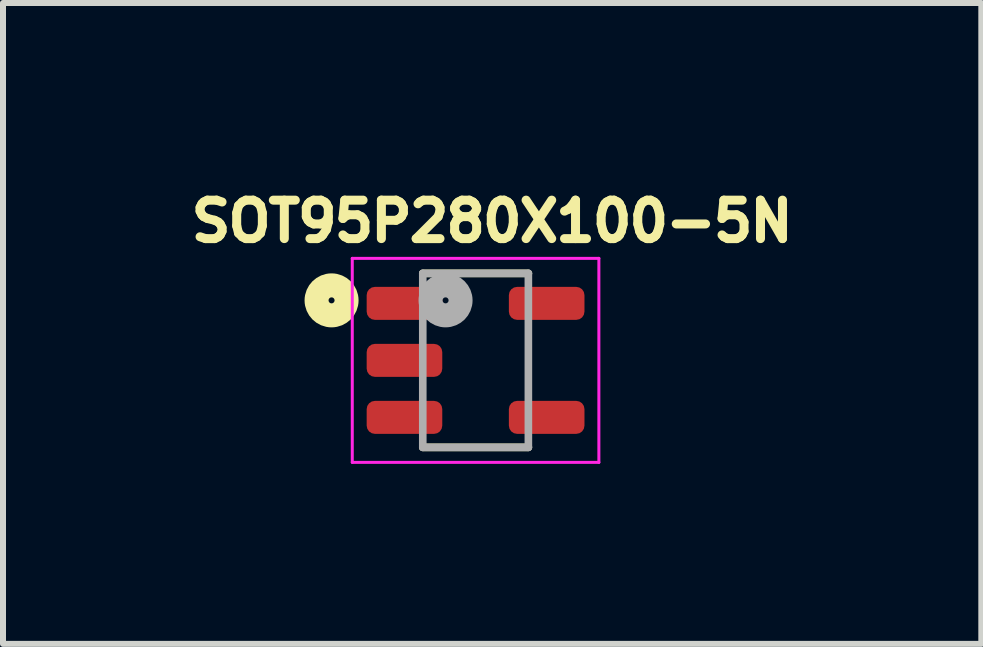
<source format=kicad_pcb>
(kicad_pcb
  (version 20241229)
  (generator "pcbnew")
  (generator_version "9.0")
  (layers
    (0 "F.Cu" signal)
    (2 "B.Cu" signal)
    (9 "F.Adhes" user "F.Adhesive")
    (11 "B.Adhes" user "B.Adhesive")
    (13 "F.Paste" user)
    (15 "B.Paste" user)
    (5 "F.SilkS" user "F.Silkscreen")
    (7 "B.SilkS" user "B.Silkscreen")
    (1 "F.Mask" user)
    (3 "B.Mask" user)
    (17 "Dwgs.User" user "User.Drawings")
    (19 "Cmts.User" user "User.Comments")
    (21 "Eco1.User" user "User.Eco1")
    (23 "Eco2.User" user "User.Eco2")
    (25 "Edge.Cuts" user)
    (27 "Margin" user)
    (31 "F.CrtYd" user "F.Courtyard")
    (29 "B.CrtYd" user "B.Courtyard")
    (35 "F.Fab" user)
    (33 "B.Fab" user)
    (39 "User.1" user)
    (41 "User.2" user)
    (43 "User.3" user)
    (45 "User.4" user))
  (footprint "SOT95P280X100-5N"
    (layer "F.Cu")
    (at 4.876 2.956)
    (property "Reference" "SOT95P280X100-5N" (at 0.277 -2.318 0) (layer "F.SilkS") (effects (font (size 0.641 0.641) (thickness 0.15))))
    (attr smd)
    (fp_line (start -0.88 -1.45) (end 0.88 -1.45) (stroke (width 0.127) (type solid)) (layer "F.SilkS"))
    (fp_line (start -0.88 1.45) (end 0.88 1.45) (stroke (width 0.127) (type solid)) (layer "F.SilkS"))
    (fp_circle (center -2.4 -1) (end -2.35 -1) (stroke (width 0.4) (type solid)) (fill no) (layer "F.SilkS"))
    (fp_line (start -2.055 -1.7) (end 2.055 -1.7) (stroke (width 0.05) (type solid)) (layer "F.CrtYd"))
    (fp_line (start -2.055 1.7) (end -2.055 -1.7) (stroke (width 0.05) (type solid)) (layer "F.CrtYd"))
    (fp_line (start 2.055 -1.7) (end 2.055 1.7) (stroke (width 0.05) (type solid)) (layer "F.CrtYd"))
    (fp_line (start 2.055 1.7) (end -2.055 1.7) (stroke (width 0.05) (type solid)) (layer "F.CrtYd"))
    (fp_line (start -0.88 -1.45) (end -0.88 1.45) (stroke (width 0.127) (type solid)) (layer "F.Fab"))
    (fp_line (start -0.88 1.45) (end 0.88 1.45) (stroke (width 0.127) (type solid)) (layer "F.Fab"))
    (fp_line (start 0.88 -1.45) (end -0.88 -1.45) (stroke (width 0.127) (type solid)) (layer "F.Fab"))
    (fp_line (start 0.88 1.45) (end 0.88 -1.45) (stroke (width 0.127) (type solid)) (layer "F.Fab"))
    (fp_circle (center -0.5 -1) (end -0.45 -1) (stroke (width 0.4) (type solid)) (fill no) (layer "F.Fab"))
    (pad "1" smd roundrect (at -1.185 -0.95) (size 1.26 0.55) (layers "F.Cu" "F.Mask" "F.Paste") (roundrect_rratio 0.25))
    (pad "2" smd roundrect (at -1.185 0) (size 1.26 0.55) (layers "F.Cu" "F.Mask" "F.Paste") (roundrect_rratio 0.25))
    (pad "3" smd roundrect (at -1.185 0.95) (size 1.26 0.55) (layers "F.Cu" "F.Mask" "F.Paste") (roundrect_rratio 0.25))
    (pad "4" smd roundrect (at 1.185 0.95) (size 1.26 0.55) (layers "F.Cu" "F.Mask" "F.Paste") (roundrect_rratio 0.25))
    (pad "5" smd roundrect (at 1.185 -0.95) (size 1.26 0.55) (layers "F.Cu" "F.Mask" "F.Paste") (roundrect_rratio 0.25)))
  (gr_rect
    (start -3 -3)
    (end 13.305 7.681)
    (stroke (width 0.1) (type default))
    (fill no)
    (layer "Edge.Cuts")))
</source>
